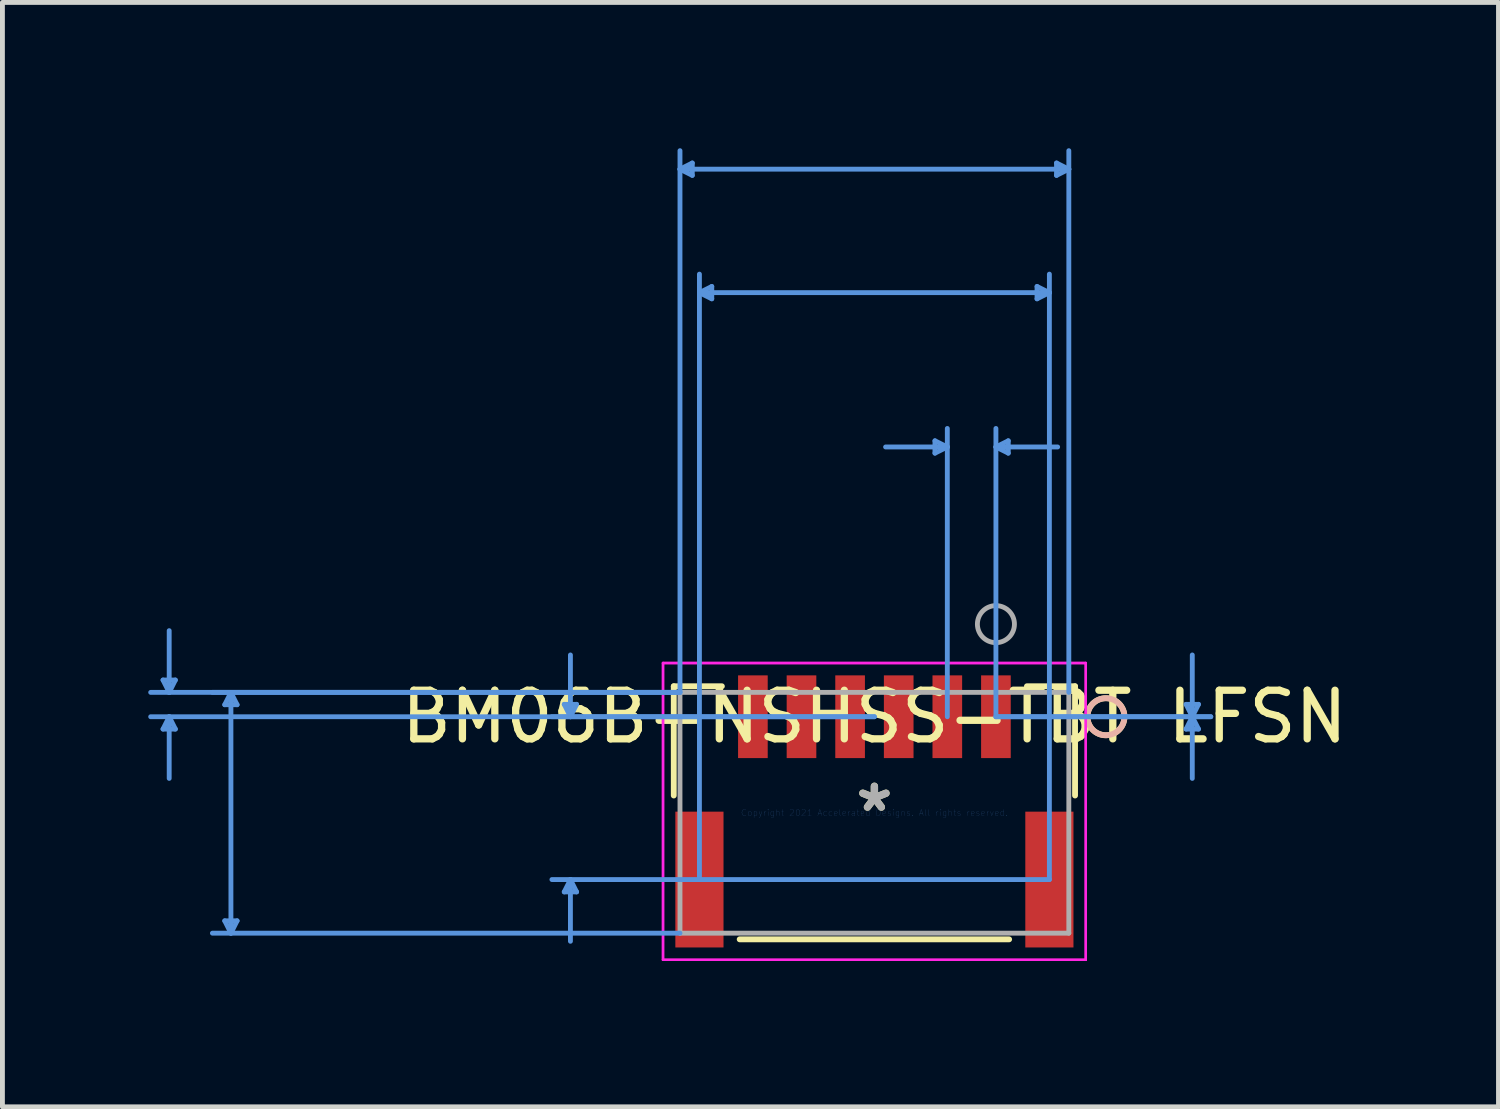
<source format=kicad_pcb>
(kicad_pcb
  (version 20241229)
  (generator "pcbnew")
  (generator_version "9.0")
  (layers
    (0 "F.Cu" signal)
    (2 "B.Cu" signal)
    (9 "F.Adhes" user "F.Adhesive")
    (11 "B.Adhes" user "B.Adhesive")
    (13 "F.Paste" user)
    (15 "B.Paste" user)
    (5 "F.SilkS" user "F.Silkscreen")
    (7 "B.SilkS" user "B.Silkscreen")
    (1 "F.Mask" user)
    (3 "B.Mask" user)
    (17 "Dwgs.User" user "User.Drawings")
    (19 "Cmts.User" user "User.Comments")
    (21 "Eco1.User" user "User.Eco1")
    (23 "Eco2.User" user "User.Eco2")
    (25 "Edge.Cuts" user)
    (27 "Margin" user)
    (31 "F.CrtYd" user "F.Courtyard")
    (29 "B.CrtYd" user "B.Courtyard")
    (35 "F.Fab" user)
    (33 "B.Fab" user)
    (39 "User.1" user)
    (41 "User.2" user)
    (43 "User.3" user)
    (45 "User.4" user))
  (footprint "BM06B-NSHSS-TBT LFSN"
    (layer "F.Cu")
    (at 14.94 13.672)
    (property "Reference" "BM06B-NSHSS-TBT LFSN" (at 0 -1.976 0) (layer "F.SilkS") (effects (font (size 1 1) (thickness 0.15))))
    (attr through_hole)
    (fp_line (start -4.128 -2.603) (end -4.128 -0.355) (stroke (width 0.12) (type solid)) (layer "F.SilkS"))
    (fp_line (start -3.138 -2.603) (end -4.128 -2.603) (stroke (width 0.12) (type solid)) (layer "F.SilkS"))
    (fp_line (start -2.772 2.604) (end 2.772 2.604) (stroke (width 0.12) (type solid)) (layer "F.SilkS"))
    (fp_line (start 4.128 -2.603) (end 3.138 -2.603) (stroke (width 0.12) (type solid)) (layer "F.SilkS"))
    (fp_line (start 4.128 -0.355) (end 4.128 -2.603) (stroke (width 0.12) (type solid)) (layer "F.SilkS"))
    (fp_circle (center 4.763 -1.976) (end 5.144 -1.976) (stroke (width 0.12) (type solid)) (fill no) (layer "F.SilkS"))
    (fp_circle (center 4.763 -1.976) (end 5.144 -1.976) (stroke (width 0.12) (type solid)) (fill no) (layer "B.SilkS"))
    (fp_line (start -14.636 -2.731) (end -14.382 -2.731) (stroke (width 0.1) (type solid)) (layer "Cmts.User"))
    (fp_line (start -14.636 -1.722) (end -14.382 -1.722) (stroke (width 0.1) (type solid)) (layer "Cmts.User"))
    (fp_line (start -14.509 -2.477) (end -14.636 -2.731) (stroke (width 0.1) (type solid)) (layer "Cmts.User"))
    (fp_line (start -14.509 -2.477) (end -14.509 -3.747) (stroke (width 0.1) (type solid)) (layer "Cmts.User"))
    (fp_line (start -14.509 -2.477) (end -14.382 -2.731) (stroke (width 0.1) (type solid)) (layer "Cmts.User"))
    (fp_line (start -14.509 -1.976) (end -14.636 -1.722) (stroke (width 0.1) (type solid)) (layer "Cmts.User"))
    (fp_line (start -14.509 -1.976) (end -14.509 -0.707) (stroke (width 0.1) (type solid)) (layer "Cmts.User"))
    (fp_line (start -14.509 -1.976) (end -14.382 -1.722) (stroke (width 0.1) (type solid)) (layer "Cmts.User"))
    (fp_line (start -13.366 -2.223) (end -13.112 -2.223) (stroke (width 0.1) (type solid)) (layer "Cmts.User"))
    (fp_line (start -13.366 2.223) (end -13.112 2.223) (stroke (width 0.1) (type solid)) (layer "Cmts.User"))
    (fp_line (start -13.239 -2.477) (end -13.366 -2.223) (stroke (width 0.1) (type solid)) (layer "Cmts.User"))
    (fp_line (start -13.239 -2.477) (end -13.239 2.477) (stroke (width 0.1) (type solid)) (layer "Cmts.User"))
    (fp_line (start -13.239 -2.477) (end -13.112 -2.223) (stroke (width 0.1) (type solid)) (layer "Cmts.User"))
    (fp_line (start -13.239 2.477) (end -13.366 2.223) (stroke (width 0.1) (type solid)) (layer "Cmts.User"))
    (fp_line (start -13.239 2.477) (end -13.112 2.223) (stroke (width 0.1) (type solid)) (layer "Cmts.User"))
    (fp_line (start -6.381 -2.231) (end -6.127 -2.231) (stroke (width 0.1) (type solid)) (layer "Cmts.User"))
    (fp_line (start -6.381 1.628) (end -6.127 1.628) (stroke (width 0.1) (type solid)) (layer "Cmts.User"))
    (fp_line (start -6.254 -1.976) (end -6.381 -2.231) (stroke (width 0.1) (type solid)) (layer "Cmts.User"))
    (fp_line (start -6.254 -1.976) (end -6.254 -3.247) (stroke (width 0.1) (type solid)) (layer "Cmts.User"))
    (fp_line (start -6.254 -1.976) (end -6.127 -2.231) (stroke (width 0.1) (type solid)) (layer "Cmts.User"))
    (fp_line (start -6.254 1.374) (end -6.381 1.628) (stroke (width 0.1) (type solid)) (layer "Cmts.User"))
    (fp_line (start -6.254 1.374) (end -6.254 2.644) (stroke (width 0.1) (type solid)) (layer "Cmts.User"))
    (fp_line (start -6.254 1.374) (end -6.127 1.628) (stroke (width 0.1) (type solid)) (layer "Cmts.User"))
    (fp_line (start -4 -13.241) (end -3.747 -13.368) (stroke (width 0.1) (type solid)) (layer "Cmts.User"))
    (fp_line (start -4 -13.241) (end -3.747 -13.114) (stroke (width 0.1) (type solid)) (layer "Cmts.User"))
    (fp_line (start -4 -13.241) (end 4 -13.241) (stroke (width 0.1) (type solid)) (layer "Cmts.User"))
    (fp_line (start -4 -2.477) (end -14.89 -2.477) (stroke (width 0.1) (type solid)) (layer "Cmts.User"))
    (fp_line (start -4 -2.477) (end -13.62 -2.477) (stroke (width 0.1) (type solid)) (layer "Cmts.User"))
    (fp_line (start -4 -2.477) (end -4 -13.622) (stroke (width 0.1) (type solid)) (layer "Cmts.User"))
    (fp_line (start -4 2.477) (end -13.62 2.477) (stroke (width 0.1) (type solid)) (layer "Cmts.User"))
    (fp_line (start -3.747 -13.368) (end -3.747 -13.114) (stroke (width 0.1) (type solid)) (layer "Cmts.User"))
    (fp_line (start -3.6 -10.701) (end -3.346 -10.828) (stroke (width 0.1) (type solid)) (layer "Cmts.User"))
    (fp_line (start -3.6 -10.701) (end -3.346 -10.574) (stroke (width 0.1) (type solid)) (layer "Cmts.User"))
    (fp_line (start -3.6 -10.701) (end 3.6 -10.701) (stroke (width 0.1) (type solid)) (layer "Cmts.User"))
    (fp_line (start -3.6 1.374) (end -3.6 -11.082) (stroke (width 0.1) (type solid)) (layer "Cmts.User"))
    (fp_line (start -3.346 -10.828) (end -3.346 -10.574) (stroke (width 0.1) (type solid)) (layer "Cmts.User"))
    (fp_line (start 0 -1.976) (end -14.89 -1.976) (stroke (width 0.1) (type solid)) (layer "Cmts.User"))
    (fp_line (start 0 -1.976) (end -6.635 -1.976) (stroke (width 0.1) (type solid)) (layer "Cmts.User"))
    (fp_line (start 1.246 -7.653) (end 1.246 -7.399) (stroke (width 0.1) (type solid)) (layer "Cmts.User"))
    (fp_line (start 1.5 -7.526) (end 0.23 -7.526) (stroke (width 0.1) (type solid)) (layer "Cmts.User"))
    (fp_line (start 1.5 -7.526) (end 1.246 -7.653) (stroke (width 0.1) (type solid)) (layer "Cmts.User"))
    (fp_line (start 1.5 -7.526) (end 1.246 -7.399) (stroke (width 0.1) (type solid)) (layer "Cmts.User"))
    (fp_line (start 1.5 -1.976) (end 1.5 -7.907) (stroke (width 0.1) (type solid)) (layer "Cmts.User"))
    (fp_line (start 2.5 -7.526) (end 2.754 -7.653) (stroke (width 0.1) (type solid)) (layer "Cmts.User"))
    (fp_line (start 2.5 -7.526) (end 2.754 -7.399) (stroke (width 0.1) (type solid)) (layer "Cmts.User"))
    (fp_line (start 2.5 -7.526) (end 3.77 -7.526) (stroke (width 0.1) (type solid)) (layer "Cmts.User"))
    (fp_line (start 2.5 -1.976) (end 2.5 -7.907) (stroke (width 0.1) (type solid)) (layer "Cmts.User"))
    (fp_line (start 2.5 -1.976) (end 6.921 -1.976) (stroke (width 0.1) (type solid)) (layer "Cmts.User"))
    (fp_line (start 2.5 -1.976) (end 6.921 -1.976) (stroke (width 0.1) (type solid)) (layer "Cmts.User"))
    (fp_line (start 2.754 -7.653) (end 2.754 -7.399) (stroke (width 0.1) (type solid)) (layer "Cmts.User"))
    (fp_line (start 3.346 -10.828) (end 3.346 -10.574) (stroke (width 0.1) (type solid)) (layer "Cmts.User"))
    (fp_line (start 3.6 -10.701) (end 3.346 -10.828) (stroke (width 0.1) (type solid)) (layer "Cmts.User"))
    (fp_line (start 3.6 -10.701) (end 3.346 -10.574) (stroke (width 0.1) (type solid)) (layer "Cmts.User"))
    (fp_line (start 3.6 1.374) (end -6.635 1.374) (stroke (width 0.1) (type solid)) (layer "Cmts.User"))
    (fp_line (start 3.6 1.374) (end 3.6 -11.082) (stroke (width 0.1) (type solid)) (layer "Cmts.User"))
    (fp_line (start 3.747 -13.368) (end 3.747 -13.114) (stroke (width 0.1) (type solid)) (layer "Cmts.User"))
    (fp_line (start 4 -13.241) (end 3.747 -13.368) (stroke (width 0.1) (type solid)) (layer "Cmts.User"))
    (fp_line (start 4 -13.241) (end 3.747 -13.114) (stroke (width 0.1) (type solid)) (layer "Cmts.User"))
    (fp_line (start 4 -2.477) (end 4 -13.622) (stroke (width 0.1) (type solid)) (layer "Cmts.User"))
    (fp_line (start 6.413 -2.231) (end 6.668 -2.231) (stroke (width 0.1) (type solid)) (layer "Cmts.User"))
    (fp_line (start 6.413 -1.722) (end 6.668 -1.722) (stroke (width 0.1) (type solid)) (layer "Cmts.User"))
    (fp_line (start 6.54 -1.976) (end 6.413 -2.231) (stroke (width 0.1) (type solid)) (layer "Cmts.User"))
    (fp_line (start 6.54 -1.976) (end 6.413 -1.722) (stroke (width 0.1) (type solid)) (layer "Cmts.User"))
    (fp_line (start 6.54 -1.976) (end 6.54 -3.247) (stroke (width 0.1) (type solid)) (layer "Cmts.User"))
    (fp_line (start 6.54 -1.976) (end 6.54 -0.707) (stroke (width 0.1) (type solid)) (layer "Cmts.User"))
    (fp_line (start 6.54 -1.976) (end 6.668 -2.231) (stroke (width 0.1) (type solid)) (layer "Cmts.User"))
    (fp_line (start 6.54 -1.976) (end 6.668 -1.722) (stroke (width 0.1) (type solid)) (layer "Cmts.User"))
    (fp_line (start -4.349 -3.081) (end -4.349 3.025) (stroke (width 0.05) (type solid)) (layer "F.CrtYd"))
    (fp_line (start -4.349 -3.081) (end -4.349 3.025) (stroke (width 0.05) (type solid)) (layer "F.CrtYd"))
    (fp_line (start -4.349 3.025) (end 4.349 3.025) (stroke (width 0.05) (type solid)) (layer "F.CrtYd"))
    (fp_line (start -4.349 3.025) (end 4.349 3.025) (stroke (width 0.05) (type solid)) (layer "F.CrtYd"))
    (fp_line (start 4.349 -3.081) (end -4.349 -3.081) (stroke (width 0.05) (type solid)) (layer "F.CrtYd"))
    (fp_line (start 4.349 -3.081) (end -4.349 -3.081) (stroke (width 0.05) (type solid)) (layer "F.CrtYd"))
    (fp_line (start 4.349 3.025) (end 4.349 -3.081) (stroke (width 0.05) (type solid)) (layer "F.CrtYd"))
    (fp_line (start 4.349 3.025) (end 4.349 -3.081) (stroke (width 0.05) (type solid)) (layer "F.CrtYd"))
    (fp_line (start -4 -2.477) (end -4 2.477) (stroke (width 0.1) (type solid)) (layer "F.Fab"))
    (fp_line (start -4 2.477) (end 4 2.477) (stroke (width 0.1) (type solid)) (layer "F.Fab"))
    (fp_line (start 4 -2.477) (end -4 -2.477) (stroke (width 0.1) (type solid)) (layer "F.Fab"))
    (fp_line (start 4 2.477) (end 4 -2.477) (stroke (width 0.1) (type solid)) (layer "F.Fab"))
    (fp_circle (center 2.5 -3.881) (end 2.881 -3.881) (stroke (width 0.1) (type solid)) (fill no) (layer "F.Fab"))
    (fp_text user "*" (at 0 0 0) (layer "F.SilkS") (effects (font (size 1 1) (thickness 0.15))))
    (fp_text user "Copyright 2021 Accelerated Designs. All rights reserved." (at 0 0 0) (layer "Cmts.User") (effects (font (size 0.127 0.127) (thickness 0.002))))
    (fp_text user "*" (at 0 0 0) (layer "F.Fab") (effects (font (size 1 1) (thickness 0.15))))
    (pad "1" smd rect (at 2.5 -1.976) (size 0.61 1.702) (layers "F.Cu" "F.Mask" "F.Paste"))
    (pad "2" smd rect (at 1.5 -1.976) (size 0.61 1.702) (layers "F.Cu" "F.Mask" "F.Paste"))
    (pad "3" smd rect (at 0.5 -1.976) (size 0.61 1.702) (layers "F.Cu" "F.Mask" "F.Paste"))
    (pad "4" smd rect (at -0.5 -1.976) (size 0.61 1.702) (layers "F.Cu" "F.Mask" "F.Paste"))
    (pad "5" smd rect (at -1.5 -1.976) (size 0.61 1.702) (layers "F.Cu" "F.Mask" "F.Paste"))
    (pad "6" smd rect (at -2.5 -1.976) (size 0.61 1.702) (layers "F.Cu" "F.Mask" "F.Paste"))
    (pad "7" smd rect (at -3.6 1.374) (size 0.991 2.794) (layers "F.Cu" "F.Mask" "F.Paste"))
    (pad "8" smd rect (at 3.6 1.374) (size 0.991 2.794) (layers "F.Cu" "F.Mask" "F.Paste")))
  (gr_rect
    (start -3 -3)
    (end 27.78 19.722)
    (stroke (width 0.1) (type default))
    (fill no)
    (layer "Edge.Cuts")))
</source>
